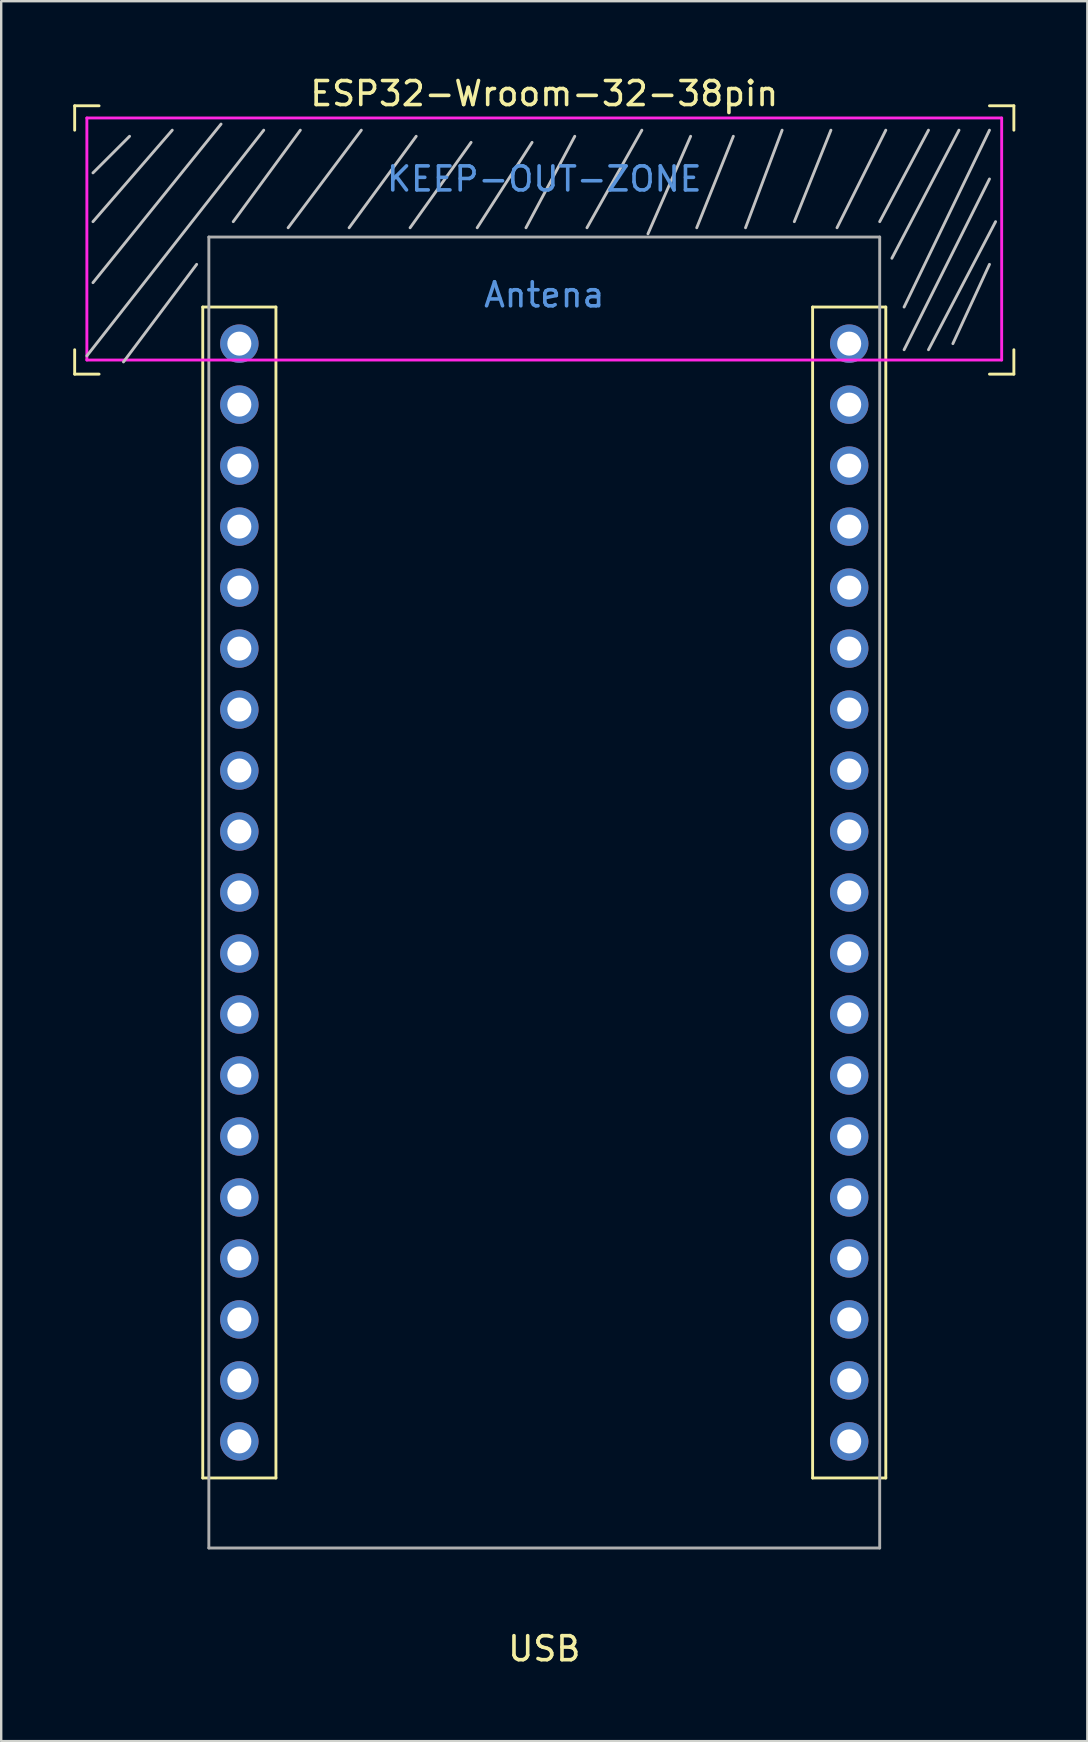
<source format=kicad_pcb>
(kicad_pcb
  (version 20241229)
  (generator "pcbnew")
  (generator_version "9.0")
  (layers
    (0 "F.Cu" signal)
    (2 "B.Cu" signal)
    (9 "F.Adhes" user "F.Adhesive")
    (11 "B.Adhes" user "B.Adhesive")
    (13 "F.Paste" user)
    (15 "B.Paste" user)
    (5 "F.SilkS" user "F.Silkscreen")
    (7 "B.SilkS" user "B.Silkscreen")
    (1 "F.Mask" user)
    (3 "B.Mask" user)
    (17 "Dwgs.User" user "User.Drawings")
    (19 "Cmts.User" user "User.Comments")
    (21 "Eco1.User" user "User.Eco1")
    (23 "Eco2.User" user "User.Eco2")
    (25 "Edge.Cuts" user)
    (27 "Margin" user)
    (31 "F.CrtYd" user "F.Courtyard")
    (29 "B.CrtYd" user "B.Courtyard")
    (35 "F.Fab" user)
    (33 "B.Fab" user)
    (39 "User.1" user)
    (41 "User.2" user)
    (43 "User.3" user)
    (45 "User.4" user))
  (footprint "ESP32-Wroom-32-38pin"
    (layer "F.Cu")
    (at 19.618 34.122)
    (property "Reference" "ESP32-Wroom-32-38pin" (at 0 -33.274 0) (layer "F.SilkS") (effects (font (size 1 1) (thickness 0.15))))
    (attr through_hole)
    (fp_line (start -19.558 -32.766) (end -18.542 -32.766) (stroke (width 0.12) (type solid)) (layer "F.SilkS"))
    (fp_line (start -19.558 -31.75) (end -19.558 -32.766) (stroke (width 0.12) (type solid)) (layer "F.SilkS"))
    (fp_line (start -19.558 -21.59) (end -19.558 -22.606) (stroke (width 0.12) (type solid)) (layer "F.SilkS"))
    (fp_line (start -18.542 -21.59) (end -19.558 -21.59) (stroke (width 0.12) (type solid)) (layer "F.SilkS"))
    (fp_line (start -14.224 -24.384) (end -11.176 -24.384) (stroke (width 0.12) (type solid)) (layer "F.SilkS"))
    (fp_line (start -14.224 24.384) (end -14.224 -24.384) (stroke (width 0.12) (type solid)) (layer "F.SilkS"))
    (fp_line (start -11.176 -24.384) (end -11.176 24.384) (stroke (width 0.12) (type solid)) (layer "F.SilkS"))
    (fp_line (start -11.176 24.384) (end -14.224 24.384) (stroke (width 0.12) (type solid)) (layer "F.SilkS"))
    (fp_line (start 11.176 -24.384) (end 14.224 -24.384) (stroke (width 0.12) (type solid)) (layer "F.SilkS"))
    (fp_line (start 11.176 24.384) (end 11.176 -24.384) (stroke (width 0.12) (type solid)) (layer "F.SilkS"))
    (fp_line (start 14.224 -24.384) (end 14.224 24.384) (stroke (width 0.12) (type solid)) (layer "F.SilkS"))
    (fp_line (start 14.224 24.384) (end 11.176 24.384) (stroke (width 0.12) (type solid)) (layer "F.SilkS"))
    (fp_line (start 18.542 -32.766) (end 19.558 -32.766) (stroke (width 0.12) (type solid)) (layer "F.SilkS"))
    (fp_line (start 19.558 -32.766) (end 19.558 -31.75) (stroke (width 0.12) (type solid)) (layer "F.SilkS"))
    (fp_line (start 19.558 -21.59) (end 18.542 -21.59) (stroke (width 0.12) (type solid)) (layer "F.SilkS"))
    (fp_line (start 19.558 -21.59) (end 19.558 -22.606) (stroke (width 0.12) (type solid)) (layer "F.SilkS"))
    (fp_line (start -19.05 -22.352) (end -11.684 -31.75) (stroke (width 0.12) (type solid)) (layer "Dwgs.User"))
    (fp_line (start -18.796 -29.972) (end -17.272 -31.496) (stroke (width 0.12) (type solid)) (layer "Dwgs.User"))
    (fp_line (start -18.796 -27.94) (end -15.494 -31.75) (stroke (width 0.12) (type solid)) (layer "Dwgs.User"))
    (fp_line (start -18.796 -25.4) (end -13.462 -32.004) (stroke (width 0.12) (type solid)) (layer "Dwgs.User"))
    (fp_line (start -14.478 -26.162) (end -17.526 -22.098) (stroke (width 0.12) (type solid)) (layer "Dwgs.User"))
    (fp_line (start -10.16 -31.75) (end -12.954 -27.94) (stroke (width 0.12) (type solid)) (layer "Dwgs.User"))
    (fp_line (start -7.62 -31.75) (end -10.668 -27.686) (stroke (width 0.12) (type solid)) (layer "Dwgs.User"))
    (fp_line (start -5.334 -31.496) (end -8.128 -27.686) (stroke (width 0.12) (type solid)) (layer "Dwgs.User"))
    (fp_line (start -3.048 -31.242) (end -5.588 -27.686) (stroke (width 0.12) (type solid)) (layer "Dwgs.User"))
    (fp_line (start -0.508 -31.242) (end -2.794 -27.686) (stroke (width 0.12) (type solid)) (layer "Dwgs.User"))
    (fp_line (start 1.27 -31.496) (end -0.762 -27.686) (stroke (width 0.12) (type solid)) (layer "Dwgs.User"))
    (fp_line (start 4.064 -31.75) (end 1.778 -27.686) (stroke (width 0.12) (type solid)) (layer "Dwgs.User"))
    (fp_line (start 6.096 -31.496) (end 4.318 -27.432) (stroke (width 0.12) (type solid)) (layer "Dwgs.User"))
    (fp_line (start 7.874 -31.496) (end 6.35 -27.686) (stroke (width 0.12) (type solid)) (layer "Dwgs.User"))
    (fp_line (start 9.906 -31.75) (end 8.382 -27.686) (stroke (width 0.12) (type solid)) (layer "Dwgs.User"))
    (fp_line (start 11.938 -31.75) (end 10.414 -27.94) (stroke (width 0.12) (type solid)) (layer "Dwgs.User"))
    (fp_line (start 14.224 -31.75) (end 12.192 -27.686) (stroke (width 0.12) (type solid)) (layer "Dwgs.User"))
    (fp_line (start 16.002 -31.75) (end 13.97 -27.94) (stroke (width 0.12) (type solid)) (layer "Dwgs.User"))
    (fp_line (start 17.272 -31.75) (end 14.478 -26.416) (stroke (width 0.12) (type solid)) (layer "Dwgs.User"))
    (fp_line (start 18.542 -31.75) (end 14.986 -24.384) (stroke (width 0.12) (type solid)) (layer "Dwgs.User"))
    (fp_line (start 18.542 -29.718) (end 14.986 -22.606) (stroke (width 0.12) (type solid)) (layer "Dwgs.User"))
    (fp_line (start 18.542 -26.162) (end 17.018 -22.86) (stroke (width 0.12) (type solid)) (layer "Dwgs.User"))
    (fp_line (start 18.796 -27.94) (end 16.002 -22.606) (stroke (width 0.12) (type solid)) (layer "Dwgs.User"))
    (fp_line (start -19.05 -32.258) (end 19.05 -32.258) (stroke (width 0.12) (type solid)) (layer "F.CrtYd"))
    (fp_line (start -19.05 -22.178) (end -19.05 -32.258) (stroke (width 0.12) (type solid)) (layer "F.CrtYd"))
    (fp_line (start -19.05 -22.178) (end 19.05 -22.178) (stroke (width 0.12) (type solid)) (layer "F.CrtYd"))
    (fp_line (start 19.05 -32.258) (end 19.05 -22.178) (stroke (width 0.12) (type solid)) (layer "F.CrtYd"))
    (fp_line (start -13.97 -27.3) (end -13.97 27.3) (stroke (width 0.12) (type solid)) (layer "F.Fab"))
    (fp_line (start -13.97 -27.3) (end 13.97 -27.3) (stroke (width 0.12) (type solid)) (layer "F.Fab"))
    (fp_line (start -13.97 27.3) (end 13.97 27.3) (stroke (width 0.12) (type solid)) (layer "F.Fab"))
    (fp_line (start 13.97 -27.3) (end 13.97 27.3) (stroke (width 0.12) (type solid)) (layer "F.Fab"))
    (fp_text user "USB" (at 0 31.496 0) (layer "F.SilkS") (effects (font (size 1 1) (thickness 0.15))))
    (fp_text user "Antena" (at 0 -24.892 0) (layer "Cmts.User") (effects (font (size 1 1) (thickness 0.15))))
    (fp_text user "KEEP-OUT-ZONE" (at 0 -29.718 0) (layer "Cmts.User") (effects (font (size 1 1) (thickness 0.15))))
    (pad "1" thru_hole circle (at -12.7 10.16) (size 1.6 1.6) (drill 1) (layers "*.Cu" "*.Mask"))
    (pad "1" thru_hole circle (at 12.7 -22.86) (size 1.6 1.6) (drill 1) (layers "*.Cu" "*.Mask"))
    (pad "1" thru_hole circle (at 12.7 -7.62) (size 1.6 1.6) (drill 1) (layers "*.Cu" "*.Mask"))
    (pad "2" thru_hole circle (at -12.7 -22.86) (size 1.6 1.6) (drill 1) (layers "*.Cu" "*.Mask"))
    (pad "3" thru_hole circle (at -12.7 -20.32) (size 1.6 1.6) (drill 1) (layers "*.Cu" "*.Mask"))
    (pad "4" thru_hole circle (at -12.7 -17.78) (size 1.6 1.6) (drill 1) (layers "*.Cu" "*.Mask"))
    (pad "5" thru_hole circle (at -12.7 -15.24) (size 1.6 1.6) (drill 1) (layers "*.Cu" "*.Mask"))
    (pad "6" thru_hole circle (at -12.7 -12.7) (size 1.6 1.6) (drill 1) (layers "*.Cu" "*.Mask"))
    (pad "7" thru_hole circle (at -12.7 -10.16) (size 1.6 1.6) (drill 1) (layers "*.Cu" "*.Mask"))
    (pad "8" thru_hole circle (at -12.7 -7.62) (size 1.6 1.6) (drill 1) (layers "*.Cu" "*.Mask"))
    (pad "9" thru_hole circle (at -12.7 -5.08) (size 1.6 1.6) (drill 1) (layers "*.Cu" "*.Mask"))
    (pad "10" thru_hole circle (at -12.7 -2.54) (size 1.6 1.6) (drill 1) (layers "*.Cu" "*.Mask"))
    (pad "11" thru_hole circle (at -12.7 0) (size 1.6 1.6) (drill 1) (layers "*.Cu" "*.Mask"))
    (pad "12" thru_hole circle (at -12.7 2.54) (size 1.6 1.6) (drill 1) (layers "*.Cu" "*.Mask"))
    (pad "13" thru_hole circle (at -12.7 5.08) (size 1.6 1.6) (drill 1) (layers "*.Cu" "*.Mask"))
    (pad "14" thru_hole circle (at -12.7 7.62) (size 1.6 1.6) (drill 1) (layers "*.Cu" "*.Mask"))
    (pad "16" thru_hole circle (at -12.7 12.7) (size 1.6 1.6) (drill 1) (layers "*.Cu" "*.Mask"))
    (pad "17" thru_hole circle (at -12.7 15.24) (size 1.6 1.6) (drill 1) (layers "*.Cu" "*.Mask"))
    (pad "18" thru_hole circle (at -12.7 17.78) (size 1.6 1.6) (drill 1) (layers "*.Cu" "*.Mask"))
    (pad "19" thru_hole circle (at -12.7 20.32) (size 1.6 1.6) (drill 1) (layers "*.Cu" "*.Mask"))
    (pad "20" thru_hole circle (at 12.7 22.86) (size 1.6 1.6) (drill 1) (layers "*.Cu" "*.Mask"))
    (pad "21" thru_hole circle (at 12.7 20.32) (size 1.6 1.6) (drill 1) (layers "*.Cu" "*.Mask"))
    (pad "22" thru_hole circle (at 12.7 17.78) (size 1.6 1.6) (drill 1) (layers "*.Cu" "*.Mask"))
    (pad "23" thru_hole circle (at 12.7 15.24) (size 1.6 1.6) (drill 1) (layers "*.Cu" "*.Mask"))
    (pad "24" thru_hole circle (at 12.7 12.7) (size 1.6 1.6) (drill 1) (layers "*.Cu" "*.Mask"))
    (pad "25" thru_hole circle (at 12.7 10.16) (size 1.6 1.6) (drill 1) (layers "*.Cu" "*.Mask"))
    (pad "26" thru_hole circle (at 12.7 7.62) (size 1.6 1.6) (drill 1) (layers "*.Cu" "*.Mask"))
    (pad "27" thru_hole circle (at 12.7 5.08) (size 1.6 1.6) (drill 1) (layers "*.Cu" "*.Mask"))
    (pad "28" thru_hole circle (at 12.7 2.54) (size 1.6 1.6) (drill 1) (layers "*.Cu" "*.Mask"))
    (pad "29" thru_hole circle (at 12.7 0) (size 1.6 1.6) (drill 1) (layers "*.Cu" "*.Mask"))
    (pad "30" thru_hole circle (at 12.7 -2.54) (size 1.6 1.6) (drill 1) (layers "*.Cu" "*.Mask"))
    (pad "31" thru_hole circle (at 12.7 -5.08) (size 1.6 1.6) (drill 1) (layers "*.Cu" "*.Mask"))
    (pad "33" thru_hole circle (at 12.7 -10.16) (size 1.6 1.6) (drill 1) (layers "*.Cu" "*.Mask"))
    (pad "34" thru_hole circle (at 12.7 -12.7) (size 1.6 1.6) (drill 1) (layers "*.Cu" "*.Mask"))
    (pad "35" thru_hole circle (at 12.7 -15.24) (size 1.6 1.6) (drill 1) (layers "*.Cu" "*.Mask"))
    (pad "36" thru_hole circle (at 12.7 -17.78) (size 1.6 1.6) (drill 1) (layers "*.Cu" "*.Mask"))
    (pad "37" thru_hole circle (at 12.7 -20.32) (size 1.6 1.6) (drill 1) (layers "*.Cu" "*.Mask"))
    (pad "38" thru_hole circle (at -12.7 22.86) (size 1.6 1.6) (drill 1) (layers "*.Cu" "*.Mask")))
  (gr_rect
    (start -3 -3)
    (end 42.236 69.466)
    (stroke (width 0.1) (type default))
    (fill no)
    (layer "Edge.Cuts")))
</source>
